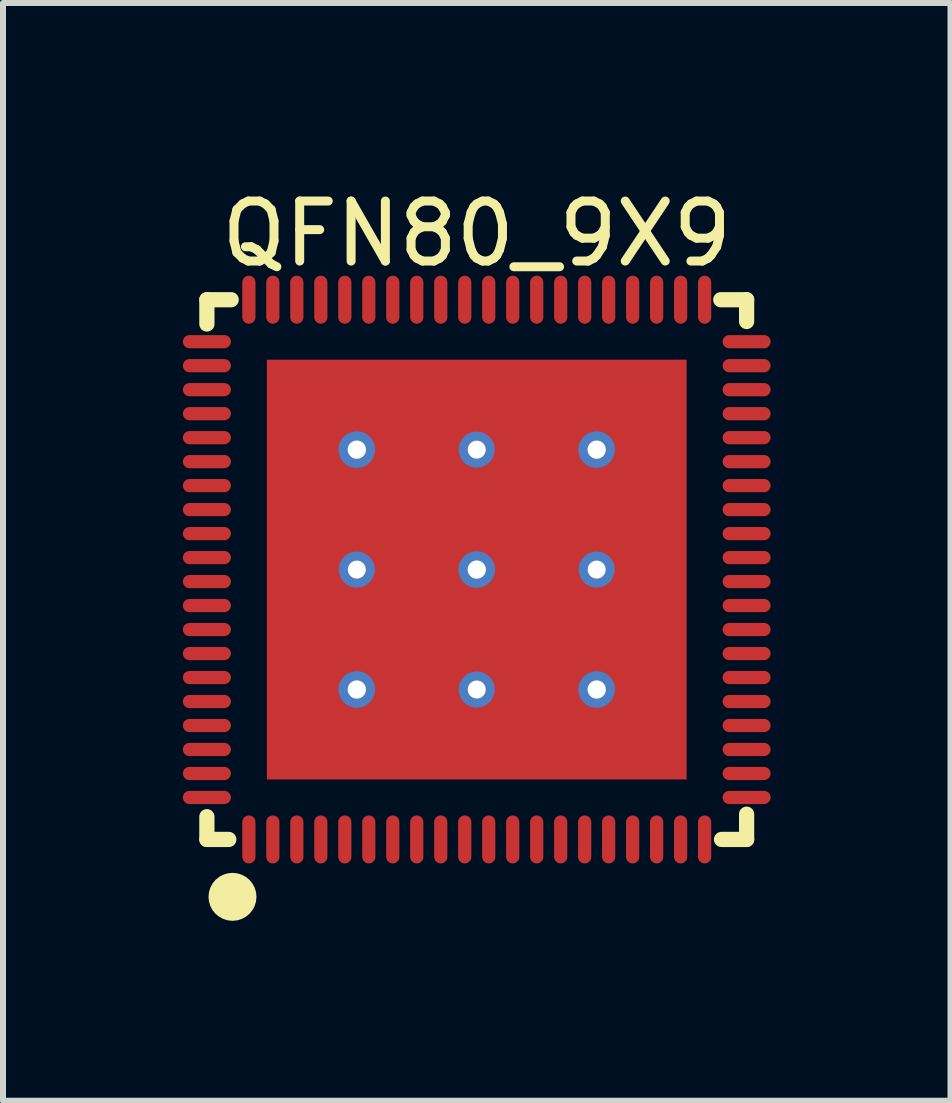
<source format=kicad_pcb>
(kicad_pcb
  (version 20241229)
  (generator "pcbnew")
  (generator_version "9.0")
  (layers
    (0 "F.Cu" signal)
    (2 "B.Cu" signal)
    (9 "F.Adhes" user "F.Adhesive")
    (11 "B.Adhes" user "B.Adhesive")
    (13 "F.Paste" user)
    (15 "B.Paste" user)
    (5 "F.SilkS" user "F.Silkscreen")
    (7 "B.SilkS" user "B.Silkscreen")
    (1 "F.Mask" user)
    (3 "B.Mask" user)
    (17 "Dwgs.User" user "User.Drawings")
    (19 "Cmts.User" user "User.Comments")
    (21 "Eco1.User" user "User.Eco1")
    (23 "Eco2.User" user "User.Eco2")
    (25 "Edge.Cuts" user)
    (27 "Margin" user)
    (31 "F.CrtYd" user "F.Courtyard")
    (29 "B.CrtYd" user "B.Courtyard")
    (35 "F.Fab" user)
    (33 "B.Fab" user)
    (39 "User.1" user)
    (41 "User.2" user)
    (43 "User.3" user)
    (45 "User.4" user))
  (footprint "QFN80_9X9"
    (layer "F.Cu")
    (at 4.9 6.448)
    (property "Reference" "QFN80_9X9" (at 0 -5.6 0) (layer "F.SilkS") (effects (font (size 1 1) (thickness 0.15))))
    (fp_line (start -4.5 -4.5) (end -4.095 -4.5) (stroke (width 0.254) (type solid)) (layer "F.SilkS"))
    (fp_line (start -4.5 -4.095) (end -4.5 -4.5) (stroke (width 0.254) (type solid)) (layer "F.SilkS"))
    (fp_line (start -4.5 4.5) (end -4.5 4.121) (stroke (width 0.254) (type solid)) (layer "F.SilkS"))
    (fp_line (start -4.5 4.5) (end -4.135 4.5) (stroke (width 0.254) (type solid)) (layer "F.SilkS"))
    (fp_line (start 4.069 -4.5) (end 4.5 -4.5) (stroke (width 0.254) (type solid)) (layer "F.SilkS"))
    (fp_line (start 4.082 4.5) (end 4.5 4.5) (stroke (width 0.254) (type solid)) (layer "F.SilkS"))
    (fp_line (start 4.5 -4.137) (end 4.5 -4.5) (stroke (width 0.254) (type solid)) (layer "F.SilkS"))
    (fp_line (start 4.5 4.5) (end 4.5 4.079) (stroke (width 0.254) (type solid)) (layer "F.SilkS"))
    (fp_circle (center -4.073 5.457) (end -4.073 5.257) (stroke (width 0.4) (type solid)) (fill no) (layer "F.SilkS"))
    (pad "0" thru_hole circle (at -2 -2) (size 0.61 0.61) (drill 0.305) (layers "*.Cu" "*.Mask"))
    (pad "0" thru_hole circle (at -2 0) (size 0.6 0.6) (drill 0.3) (layers "*.Cu"))
    (pad "0" thru_hole circle (at -2 2) (size 0.61 0.61) (drill 0.305) (layers "*.Cu" "*.Mask"))
    (pad "0" thru_hole circle (at 0 -2) (size 0.6 0.6) (drill 0.3) (layers "*.Cu"))
    (pad "0" thru_hole circle (at 0 0) (size 0.61 0.61) (drill 0.305) (layers "*.Cu" "*.Mask"))
    (pad "0" smd rect (at 0 0) (size 7 7) (layers "F.Cu" "F.Mask" "F.Paste"))
    (pad "0" thru_hole circle (at 0 2) (size 0.6 0.6) (drill 0.3) (layers "*.Cu"))
    (pad "0" thru_hole circle (at 2 -2) (size 0.61 0.61) (drill 0.305) (layers "*.Cu" "*.Mask"))
    (pad "0" thru_hole circle (at 2 0) (size 0.6 0.6) (drill 0.3) (layers "*.Cu"))
    (pad "0" thru_hole circle (at 2 2) (size 0.61 0.61) (drill 0.305) (layers "*.Cu" "*.Mask"))
    (pad "1" smd oval (at -3.8 4.5) (size 0.22 0.8) (layers "F.Cu" "F.Mask" "F.Paste"))
    (pad "2" smd oval (at -3.4 4.5) (size 0.22 0.8) (layers "F.Cu" "F.Mask" "F.Paste"))
    (pad "3" smd oval (at -3 4.5) (size 0.22 0.8) (layers "F.Cu" "F.Mask" "F.Paste"))
    (pad "4" smd oval (at -2.6 4.5) (size 0.22 0.8) (layers "F.Cu" "F.Mask" "F.Paste"))
    (pad "5" smd oval (at -2.2 4.5) (size 0.22 0.8) (layers "F.Cu" "F.Mask" "F.Paste"))
    (pad "6" smd oval (at -1.8 4.5) (size 0.22 0.8) (layers "F.Cu" "F.Mask" "F.Paste"))
    (pad "7" smd oval (at -1.4 4.5) (size 0.22 0.8) (layers "F.Cu" "F.Mask" "F.Paste"))
    (pad "8" smd oval (at -1 4.5) (size 0.22 0.8) (layers "F.Cu" "F.Mask" "F.Paste"))
    (pad "9" smd oval (at -0.6 4.5) (size 0.22 0.8) (layers "F.Cu" "F.Mask" "F.Paste"))
    (pad "10" smd oval (at -0.2 4.5) (size 0.22 0.8) (layers "F.Cu" "F.Mask" "F.Paste"))
    (pad "11" smd oval (at 0.2 4.5) (size 0.22 0.8) (layers "F.Cu" "F.Mask" "F.Paste"))
    (pad "12" smd oval (at 0.6 4.5) (size 0.22 0.8) (layers "F.Cu" "F.Mask" "F.Paste"))
    (pad "13" smd oval (at 1 4.5) (size 0.22 0.8) (layers "F.Cu" "F.Mask" "F.Paste"))
    (pad "14" smd oval (at 1.4 4.5) (size 0.22 0.8) (layers "F.Cu" "F.Mask" "F.Paste"))
    (pad "15" smd oval (at 1.8 4.5) (size 0.22 0.8) (layers "F.Cu" "F.Mask" "F.Paste"))
    (pad "16" smd oval (at 2.2 4.5) (size 0.22 0.8) (layers "F.Cu" "F.Mask" "F.Paste"))
    (pad "17" smd oval (at 2.6 4.5) (size 0.22 0.8) (layers "F.Cu" "F.Mask" "F.Paste"))
    (pad "18" smd oval (at 3 4.5) (size 0.22 0.8) (layers "F.Cu" "F.Mask" "F.Paste"))
    (pad "19" smd oval (at 3.4 4.5) (size 0.22 0.8) (layers "F.Cu" "F.Mask" "F.Paste"))
    (pad "20" smd oval (at 3.8 4.5) (size 0.22 0.8) (layers "F.Cu" "F.Mask" "F.Paste"))
    (pad "21" smd oval (at 4.5 3.8 90) (size 0.22 0.8) (layers "F.Cu" "F.Mask" "F.Paste"))
    (pad "22" smd oval (at 4.5 3.4 90) (size 0.22 0.8) (layers "F.Cu" "F.Mask" "F.Paste"))
    (pad "23" smd oval (at 4.5 3 90) (size 0.22 0.8) (layers "F.Cu" "F.Mask" "F.Paste"))
    (pad "24" smd oval (at 4.5 2.6 90) (size 0.22 0.8) (layers "F.Cu" "F.Mask" "F.Paste"))
    (pad "25" smd oval (at 4.5 2.2 90) (size 0.22 0.8) (layers "F.Cu" "F.Mask" "F.Paste"))
    (pad "26" smd oval (at 4.5 1.8 90) (size 0.22 0.8) (layers "F.Cu" "F.Mask" "F.Paste"))
    (pad "27" smd oval (at 4.5 1.4 90) (size 0.22 0.8) (layers "F.Cu" "F.Mask" "F.Paste"))
    (pad "28" smd oval (at 4.5 1 90) (size 0.22 0.8) (layers "F.Cu" "F.Mask" "F.Paste"))
    (pad "29" smd oval (at 4.5 0.6 90) (size 0.22 0.8) (layers "F.Cu" "F.Mask" "F.Paste"))
    (pad "30" smd oval (at 4.5 0.2 90) (size 0.22 0.8) (layers "F.Cu" "F.Mask" "F.Paste"))
    (pad "31" smd oval (at 4.5 -0.2 90) (size 0.22 0.8) (layers "F.Cu" "F.Mask" "F.Paste"))
    (pad "32" smd oval (at 4.5 -0.6 90) (size 0.22 0.8) (layers "F.Cu" "F.Mask" "F.Paste"))
    (pad "33" smd oval (at 4.5 -1 90) (size 0.22 0.8) (layers "F.Cu" "F.Mask" "F.Paste"))
    (pad "34" smd oval (at 4.5 -1.4 90) (size 0.22 0.8) (layers "F.Cu" "F.Mask" "F.Paste"))
    (pad "35" smd oval (at 4.5 -1.8 90) (size 0.22 0.8) (layers "F.Cu" "F.Mask" "F.Paste"))
    (pad "36" smd oval (at 4.5 -2.2 90) (size 0.22 0.8) (layers "F.Cu" "F.Mask" "F.Paste"))
    (pad "37" smd oval (at 4.5 -2.6 90) (size 0.22 0.8) (layers "F.Cu" "F.Mask" "F.Paste"))
    (pad "38" smd oval (at 4.5 -3 90) (size 0.22 0.8) (layers "F.Cu" "F.Mask" "F.Paste"))
    (pad "39" smd oval (at 4.5 -3.4 90) (size 0.22 0.8) (layers "F.Cu" "F.Mask" "F.Paste"))
    (pad "40" smd oval (at 4.5 -3.8 90) (size 0.22 0.8) (layers "F.Cu" "F.Mask" "F.Paste"))
    (pad "41" smd oval (at 3.8 -4.5 180) (size 0.22 0.8) (layers "F.Cu" "F.Mask" "F.Paste"))
    (pad "42" smd oval (at 3.4 -4.5 180) (size 0.22 0.8) (layers "F.Cu" "F.Mask" "F.Paste"))
    (pad "43" smd oval (at 3 -4.5 180) (size 0.22 0.8) (layers "F.Cu" "F.Mask" "F.Paste"))
    (pad "44" smd oval (at 2.6 -4.5 180) (size 0.22 0.8) (layers "F.Cu" "F.Mask" "F.Paste"))
    (pad "45" smd oval (at 2.2 -4.5 180) (size 0.22 0.8) (layers "F.Cu" "F.Mask" "F.Paste"))
    (pad "46" smd oval (at 1.8 -4.5 180) (size 0.22 0.8) (layers "F.Cu" "F.Mask" "F.Paste"))
    (pad "47" smd oval (at 1.4 -4.5 180) (size 0.22 0.8) (layers "F.Cu" "F.Mask" "F.Paste"))
    (pad "48" smd oval (at 1 -4.5 180) (size 0.22 0.8) (layers "F.Cu" "F.Mask" "F.Paste"))
    (pad "49" smd oval (at 0.6 -4.5 180) (size 0.22 0.8) (layers "F.Cu" "F.Mask" "F.Paste"))
    (pad "50" smd oval (at 0.2 -4.5 180) (size 0.22 0.8) (layers "F.Cu" "F.Mask" "F.Paste"))
    (pad "51" smd oval (at -0.2 -4.5 180) (size 0.22 0.8) (layers "F.Cu" "F.Mask" "F.Paste"))
    (pad "52" smd oval (at -0.6 -4.5 180) (size 0.22 0.8) (layers "F.Cu" "F.Mask" "F.Paste"))
    (pad "53" smd oval (at -1 -4.5 180) (size 0.22 0.8) (layers "F.Cu" "F.Mask" "F.Paste"))
    (pad "54" smd oval (at -1.4 -4.5 180) (size 0.22 0.8) (layers "F.Cu" "F.Mask" "F.Paste"))
    (pad "55" smd oval (at -1.8 -4.5 180) (size 0.22 0.8) (layers "F.Cu" "F.Mask" "F.Paste"))
    (pad "56" smd oval (at -2.2 -4.5 180) (size 0.22 0.8) (layers "F.Cu" "F.Mask" "F.Paste"))
    (pad "57" smd oval (at -2.6 -4.5 180) (size 0.22 0.8) (layers "F.Cu" "F.Mask" "F.Paste"))
    (pad "58" smd oval (at -3 -4.5 180) (size 0.22 0.8) (layers "F.Cu" "F.Mask" "F.Paste"))
    (pad "59" smd oval (at -3.4 -4.5 180) (size 0.22 0.8) (layers "F.Cu" "F.Mask" "F.Paste"))
    (pad "60" smd oval (at -3.8 -4.5 180) (size 0.22 0.8) (layers "F.Cu" "F.Mask" "F.Paste"))
    (pad "61" smd oval (at -4.5 -3.8 270) (size 0.22 0.8) (layers "F.Cu" "F.Mask" "F.Paste"))
    (pad "62" smd oval (at -4.5 -3.4 270) (size 0.22 0.8) (layers "F.Cu" "F.Mask" "F.Paste"))
    (pad "63" smd oval (at -4.5 -3 270) (size 0.22 0.8) (layers "F.Cu" "F.Mask" "F.Paste"))
    (pad "64" smd oval (at -4.5 -2.6 270) (size 0.22 0.8) (layers "F.Cu" "F.Mask" "F.Paste"))
    (pad "65" smd oval (at -4.5 -2.2 270) (size 0.22 0.8) (layers "F.Cu" "F.Mask" "F.Paste"))
    (pad "66" smd oval (at -4.5 -1.8 270) (size 0.22 0.8) (layers "F.Cu" "F.Mask" "F.Paste"))
    (pad "67" smd oval (at -4.5 -1.4 270) (size 0.22 0.8) (layers "F.Cu" "F.Mask" "F.Paste"))
    (pad "68" smd oval (at -4.5 -1 270) (size 0.22 0.8) (layers "F.Cu" "F.Mask" "F.Paste"))
    (pad "69" smd oval (at -4.5 -0.6 270) (size 0.22 0.8) (layers "F.Cu" "F.Mask" "F.Paste"))
    (pad "70" smd oval (at -4.5 -0.2 270) (size 0.22 0.8) (layers "F.Cu" "F.Mask" "F.Paste"))
    (pad "71" smd oval (at -4.5 0.2 270) (size 0.22 0.8) (layers "F.Cu" "F.Mask" "F.Paste"))
    (pad "72" smd oval (at -4.5 0.6 270) (size 0.22 0.8) (layers "F.Cu" "F.Mask" "F.Paste"))
    (pad "73" smd oval (at -4.5 1 270) (size 0.22 0.8) (layers "F.Cu" "F.Mask" "F.Paste"))
    (pad "74" smd oval (at -4.5 1.4 270) (size 0.22 0.8) (layers "F.Cu" "F.Mask" "F.Paste"))
    (pad "75" smd oval (at -4.5 1.8 270) (size 0.22 0.8) (layers "F.Cu" "F.Mask" "F.Paste"))
    (pad "76" smd oval (at -4.5 2.2 270) (size 0.22 0.8) (layers "F.Cu" "F.Mask" "F.Paste"))
    (pad "77" smd oval (at -4.5 2.6 270) (size 0.22 0.8) (layers "F.Cu" "F.Mask" "F.Paste"))
    (pad "78" smd oval (at -4.5 3 270) (size 0.22 0.8) (layers "F.Cu" "F.Mask" "F.Paste"))
    (pad "79" smd oval (at -4.5 3.4 270) (size 0.22 0.8) (layers "F.Cu" "F.Mask" "F.Paste"))
    (pad "80" smd oval (at -4.5 3.8 270) (size 0.22 0.8) (layers "F.Cu" "F.Mask" "F.Paste")))
  (gr_rect
    (start -3 -3)
    (end 12.8 15.305)
    (stroke (width 0.1) (type default))
    (fill no)
    (layer "Edge.Cuts")))
</source>
